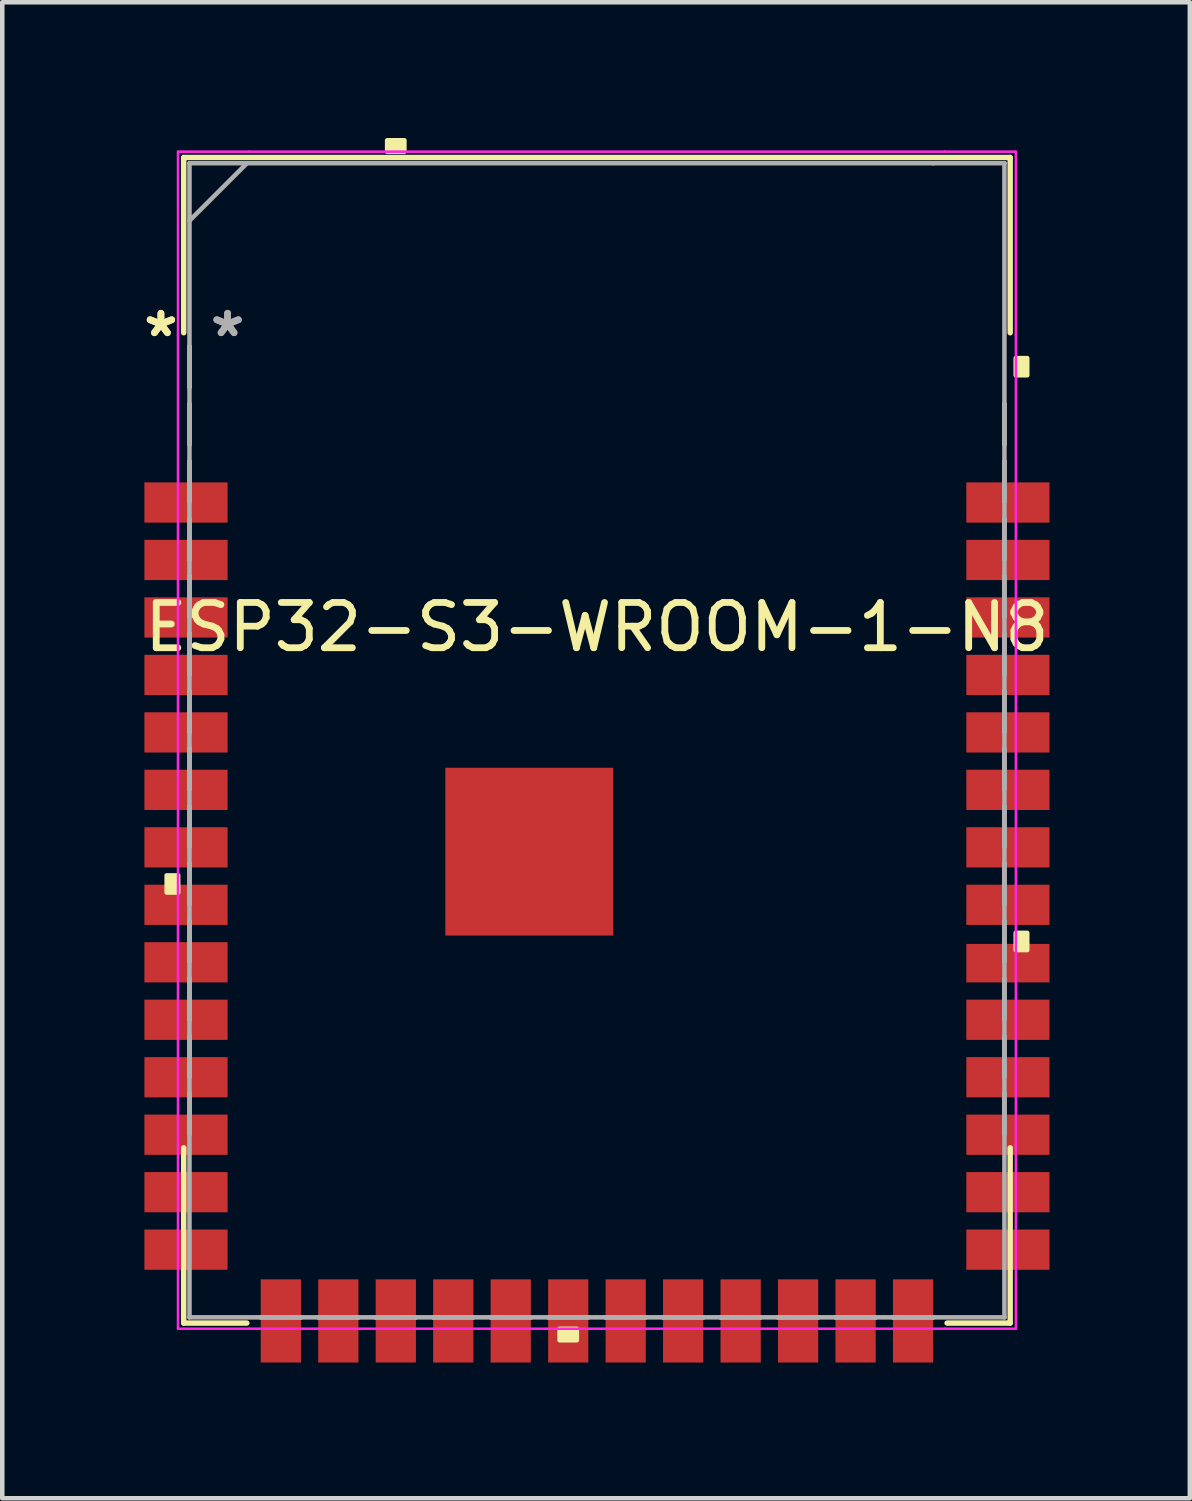
<source format=kicad_pcb>
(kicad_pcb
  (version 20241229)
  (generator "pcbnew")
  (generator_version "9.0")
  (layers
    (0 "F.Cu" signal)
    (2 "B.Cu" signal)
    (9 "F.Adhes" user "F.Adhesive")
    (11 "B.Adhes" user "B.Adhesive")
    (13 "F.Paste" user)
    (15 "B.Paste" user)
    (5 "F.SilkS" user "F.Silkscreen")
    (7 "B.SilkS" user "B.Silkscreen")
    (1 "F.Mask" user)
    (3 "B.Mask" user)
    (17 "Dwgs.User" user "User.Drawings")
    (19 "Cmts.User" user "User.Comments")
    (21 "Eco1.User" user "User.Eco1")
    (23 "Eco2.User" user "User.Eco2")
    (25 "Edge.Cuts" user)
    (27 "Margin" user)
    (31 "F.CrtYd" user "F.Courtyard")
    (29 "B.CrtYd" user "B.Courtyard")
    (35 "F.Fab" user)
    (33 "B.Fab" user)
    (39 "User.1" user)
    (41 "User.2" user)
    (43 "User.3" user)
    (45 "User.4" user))
  (footprint "ESP32-S3-WROOM-1-N8"
    (layer "F.Cu")
    (at 10.141 13.308)
    (property "Reference" "ESP32-S3-WROOM-1-N8" (at 0 -2.5 0) (layer "F.SilkS") (effects (font (size 1 1) (thickness 0.15))))
    (attr through_hole)
    (fp_line (start -9.131 -12.878) (end -9.131 -9.005) (stroke (width 0.12) (type solid)) (layer "F.SilkS"))
    (fp_line (start -9.131 9.005) (end -9.131 12.878) (stroke (width 0.12) (type solid)) (layer "F.SilkS"))
    (fp_line (start -9.131 12.878) (end -7.737 12.878) (stroke (width 0.12) (type solid)) (layer "F.SilkS"))
    (fp_line (start 7.737 12.878) (end 9.131 12.878) (stroke (width 0.12) (type solid)) (layer "F.SilkS"))
    (fp_line (start 9.131 -12.878) (end -9.131 -12.878) (stroke (width 0.12) (type solid)) (layer "F.SilkS"))
    (fp_line (start 9.131 -9.005) (end 9.131 -12.878) (stroke (width 0.12) (type solid)) (layer "F.SilkS"))
    (fp_line (start 9.131 12.878) (end 9.131 9.005) (stroke (width 0.12) (type solid)) (layer "F.SilkS"))
    (fp_poly (pts (xy -9.508 2.985) (xy -9.508 3.365) (xy -9.254 3.365) (xy -9.254 2.985)) (stroke (width 0.1) (type solid)) (fill yes) (layer "F.SilkS"))
    (fp_poly (pts (xy -4.636 -13.004) (xy -4.636 -13.258) (xy -4.255 -13.258) (xy -4.255 -13.004)) (stroke (width 0.1) (type solid)) (fill yes) (layer "F.SilkS"))
    (fp_poly (pts (xy -0.826 13.004) (xy -0.826 13.258) (xy -0.445 13.258) (xy -0.445 13.004)) (stroke (width 0.1) (type solid)) (fill yes) (layer "F.SilkS"))
    (fp_poly (pts (xy 9.508 -8.445) (xy 9.508 -8.065) (xy 9.254 -8.065) (xy 9.254 -8.445)) (stroke (width 0.1) (type solid)) (fill yes) (layer "F.SilkS"))
    (fp_poly (pts (xy 9.508 4.255) (xy 9.508 4.636) (xy 9.254 4.636) (xy 9.254 4.255)) (stroke (width 0.1) (type solid)) (fill yes) (layer "F.SilkS"))
    (fp_line (start -9.258 -13.005) (end -7.684 -13.005) (stroke (width 0.05) (type solid)) (layer "F.CrtYd"))
    (fp_line (start -9.258 -13.005) (end -7.684 -13.005) (stroke (width 0.05) (type solid)) (layer "F.CrtYd"))
    (fp_line (start -9.258 -8.954) (end -9.258 -13.005) (stroke (width 0.05) (type solid)) (layer "F.CrtYd"))
    (fp_line (start -9.258 -8.954) (end -9.258 -13.005) (stroke (width 0.05) (type solid)) (layer "F.CrtYd"))
    (fp_line (start -9.258 -8.954) (end -9.258 -8.954) (stroke (width 0.05) (type solid)) (layer "F.CrtYd"))
    (fp_line (start -9.258 -8.954) (end -9.258 -8.954) (stroke (width 0.05) (type solid)) (layer "F.CrtYd"))
    (fp_line (start -9.258 8.954) (end -9.258 -8.954) (stroke (width 0.05) (type solid)) (layer "F.CrtYd"))
    (fp_line (start -9.258 8.954) (end -9.258 -8.954) (stroke (width 0.05) (type solid)) (layer "F.CrtYd"))
    (fp_line (start -9.258 8.954) (end -9.258 8.954) (stroke (width 0.05) (type solid)) (layer "F.CrtYd"))
    (fp_line (start -9.258 8.954) (end -9.258 8.954) (stroke (width 0.05) (type solid)) (layer "F.CrtYd"))
    (fp_line (start -9.258 13.005) (end -9.258 8.954) (stroke (width 0.05) (type solid)) (layer "F.CrtYd"))
    (fp_line (start -9.258 13.005) (end -9.258 8.954) (stroke (width 0.05) (type solid)) (layer "F.CrtYd"))
    (fp_line (start -7.684 -13.005) (end -7.684 -13.005) (stroke (width 0.05) (type solid)) (layer "F.CrtYd"))
    (fp_line (start -7.684 -13.005) (end -7.684 -13.005) (stroke (width 0.05) (type solid)) (layer "F.CrtYd"))
    (fp_line (start -7.684 -13.005) (end 7.684 -13.005) (stroke (width 0.05) (type solid)) (layer "F.CrtYd"))
    (fp_line (start -7.684 -13.005) (end 7.684 -13.005) (stroke (width 0.05) (type solid)) (layer "F.CrtYd"))
    (fp_line (start -7.684 13.005) (end -9.258 13.005) (stroke (width 0.05) (type solid)) (layer "F.CrtYd"))
    (fp_line (start -7.684 13.005) (end -9.258 13.005) (stroke (width 0.05) (type solid)) (layer "F.CrtYd"))
    (fp_line (start -7.684 13.005) (end -7.684 13.005) (stroke (width 0.05) (type solid)) (layer "F.CrtYd"))
    (fp_line (start -7.684 13.005) (end -7.684 13.005) (stroke (width 0.05) (type solid)) (layer "F.CrtYd"))
    (fp_line (start 7.684 -13.005) (end 7.684 -13.005) (stroke (width 0.05) (type solid)) (layer "F.CrtYd"))
    (fp_line (start 7.684 -13.005) (end 7.684 -13.005) (stroke (width 0.05) (type solid)) (layer "F.CrtYd"))
    (fp_line (start 7.684 -13.005) (end 9.258 -13.005) (stroke (width 0.05) (type solid)) (layer "F.CrtYd"))
    (fp_line (start 7.684 -13.005) (end 9.258 -13.005) (stroke (width 0.05) (type solid)) (layer "F.CrtYd"))
    (fp_line (start 7.684 13.005) (end -7.684 13.005) (stroke (width 0.05) (type solid)) (layer "F.CrtYd"))
    (fp_line (start 7.684 13.005) (end -7.684 13.005) (stroke (width 0.05) (type solid)) (layer "F.CrtYd"))
    (fp_line (start 7.684 13.005) (end 7.684 13.005) (stroke (width 0.05) (type solid)) (layer "F.CrtYd"))
    (fp_line (start 7.684 13.005) (end 7.684 13.005) (stroke (width 0.05) (type solid)) (layer "F.CrtYd"))
    (fp_line (start 9.258 -13.005) (end 9.258 -8.954) (stroke (width 0.05) (type solid)) (layer "F.CrtYd"))
    (fp_line (start 9.258 -13.005) (end 9.258 -8.954) (stroke (width 0.05) (type solid)) (layer "F.CrtYd"))
    (fp_line (start 9.258 -8.954) (end 9.258 -8.954) (stroke (width 0.05) (type solid)) (layer "F.CrtYd"))
    (fp_line (start 9.258 -8.954) (end 9.258 -8.954) (stroke (width 0.05) (type solid)) (layer "F.CrtYd"))
    (fp_line (start 9.258 -8.954) (end 9.258 8.954) (stroke (width 0.05) (type solid)) (layer "F.CrtYd"))
    (fp_line (start 9.258 -8.954) (end 9.258 8.954) (stroke (width 0.05) (type solid)) (layer "F.CrtYd"))
    (fp_line (start 9.258 8.954) (end 9.258 8.954) (stroke (width 0.05) (type solid)) (layer "F.CrtYd"))
    (fp_line (start 9.258 8.954) (end 9.258 8.954) (stroke (width 0.05) (type solid)) (layer "F.CrtYd"))
    (fp_line (start 9.258 8.954) (end 9.258 13.005) (stroke (width 0.05) (type solid)) (layer "F.CrtYd"))
    (fp_line (start 9.258 8.954) (end 9.258 13.005) (stroke (width 0.05) (type solid)) (layer "F.CrtYd"))
    (fp_line (start 9.258 13.005) (end 7.684 13.005) (stroke (width 0.05) (type solid)) (layer "F.CrtYd"))
    (fp_line (start 9.258 13.005) (end 7.684 13.005) (stroke (width 0.05) (type solid)) (layer "F.CrtYd"))
    (fp_line (start -9.004 -12.751) (end -9.004 -12.751) (stroke (width 0.1) (type solid)) (layer "F.Fab"))
    (fp_line (start -9.004 -12.751) (end -9.004 12.751) (stroke (width 0.1) (type solid)) (layer "F.Fab"))
    (fp_line (start -9.004 -11.481) (end -7.734 -12.751) (stroke (width 0.1) (type solid)) (layer "F.Fab"))
    (fp_line (start -9.004 -8.7) (end -9 -8.7) (stroke (width 0.1) (type solid)) (layer "F.Fab"))
    (fp_line (start -9.004 -7.811) (end -9.004 -8.7) (stroke (width 0.1) (type solid)) (layer "F.Fab"))
    (fp_line (start -9.004 -7.429) (end -9 -7.429) (stroke (width 0.1) (type solid)) (layer "F.Fab"))
    (fp_line (start -9.004 -6.54) (end -9.004 -7.429) (stroke (width 0.1) (type solid)) (layer "F.Fab"))
    (fp_line (start -9.004 -6.16) (end -9 -6.16) (stroke (width 0.1) (type solid)) (layer "F.Fab"))
    (fp_line (start -9.004 -5.271) (end -9.004 -6.16) (stroke (width 0.1) (type solid)) (layer "F.Fab"))
    (fp_line (start -9.004 -4.889) (end -9 -4.889) (stroke (width 0.1) (type solid)) (layer "F.Fab"))
    (fp_line (start -9.004 -4) (end -9.004 -4.889) (stroke (width 0.1) (type solid)) (layer "F.Fab"))
    (fp_line (start -9.004 -3.619) (end -9 -3.619) (stroke (width 0.1) (type solid)) (layer "F.Fab"))
    (fp_line (start -9.004 -2.731) (end -9.004 -3.619) (stroke (width 0.1) (type solid)) (layer "F.Fab"))
    (fp_line (start -9.004 -2.349) (end -9 -2.349) (stroke (width 0.1) (type solid)) (layer "F.Fab"))
    (fp_line (start -9.004 -1.46) (end -9.004 -2.349) (stroke (width 0.1) (type solid)) (layer "F.Fab"))
    (fp_line (start -9.004 -1.079) (end -9 -1.079) (stroke (width 0.1) (type solid)) (layer "F.Fab"))
    (fp_line (start -9.004 -0.191) (end -9.004 -1.079) (stroke (width 0.1) (type solid)) (layer "F.Fab"))
    (fp_line (start -9.004 0.191) (end -9 0.191) (stroke (width 0.1) (type solid)) (layer "F.Fab"))
    (fp_line (start -9.004 1.079) (end -9.004 0.191) (stroke (width 0.1) (type solid)) (layer "F.Fab"))
    (fp_line (start -9.004 1.46) (end -9 1.46) (stroke (width 0.1) (type solid)) (layer "F.Fab"))
    (fp_line (start -9.004 2.349) (end -9.004 1.46) (stroke (width 0.1) (type solid)) (layer "F.Fab"))
    (fp_line (start -9.004 2.731) (end -9 2.731) (stroke (width 0.1) (type solid)) (layer "F.Fab"))
    (fp_line (start -9.004 3.619) (end -9.004 2.731) (stroke (width 0.1) (type solid)) (layer "F.Fab"))
    (fp_line (start -9.004 4) (end -9 4) (stroke (width 0.1) (type solid)) (layer "F.Fab"))
    (fp_line (start -9.004 4.889) (end -9.004 4) (stroke (width 0.1) (type solid)) (layer "F.Fab"))
    (fp_line (start -9.004 5.271) (end -9 5.271) (stroke (width 0.1) (type solid)) (layer "F.Fab"))
    (fp_line (start -9.004 6.16) (end -9.004 5.271) (stroke (width 0.1) (type solid)) (layer "F.Fab"))
    (fp_line (start -9.004 6.54) (end -9 6.54) (stroke (width 0.1) (type solid)) (layer "F.Fab"))
    (fp_line (start -9.004 7.429) (end -9.004 6.54) (stroke (width 0.1) (type solid)) (layer "F.Fab"))
    (fp_line (start -9.004 7.811) (end -9 7.811) (stroke (width 0.1) (type solid)) (layer "F.Fab"))
    (fp_line (start -9.004 8.7) (end -9.004 7.811) (stroke (width 0.1) (type solid)) (layer "F.Fab"))
    (fp_line (start -9.004 12.751) (end -9.004 12.751) (stroke (width 0.1) (type solid)) (layer "F.Fab"))
    (fp_line (start -9.004 12.751) (end 9.004 12.751) (stroke (width 0.1) (type solid)) (layer "F.Fab"))
    (fp_line (start -9 -8.7) (end -9 -7.811) (stroke (width 0.1) (type solid)) (layer "F.Fab"))
    (fp_line (start -9 -7.811) (end -9.004 -7.811) (stroke (width 0.1) (type solid)) (layer "F.Fab"))
    (fp_line (start -9 -7.429) (end -9 -6.54) (stroke (width 0.1) (type solid)) (layer "F.Fab"))
    (fp_line (start -9 -6.54) (end -9.004 -6.54) (stroke (width 0.1) (type solid)) (layer "F.Fab"))
    (fp_line (start -9 -6.16) (end -9 -5.271) (stroke (width 0.1) (type solid)) (layer "F.Fab"))
    (fp_line (start -9 -5.271) (end -9.004 -5.271) (stroke (width 0.1) (type solid)) (layer "F.Fab"))
    (fp_line (start -9 -4.889) (end -9 -4) (stroke (width 0.1) (type solid)) (layer "F.Fab"))
    (fp_line (start -9 -4) (end -9.004 -4) (stroke (width 0.1) (type solid)) (layer "F.Fab"))
    (fp_line (start -9 -3.619) (end -9 -2.731) (stroke (width 0.1) (type solid)) (layer "F.Fab"))
    (fp_line (start -9 -2.731) (end -9.004 -2.731) (stroke (width 0.1) (type solid)) (layer "F.Fab"))
    (fp_line (start -9 -2.349) (end -9 -1.46) (stroke (width 0.1) (type solid)) (layer "F.Fab"))
    (fp_line (start -9 -1.46) (end -9.004 -1.46) (stroke (width 0.1) (type solid)) (layer "F.Fab"))
    (fp_line (start -9 -1.079) (end -9 -0.191) (stroke (width 0.1) (type solid)) (layer "F.Fab"))
    (fp_line (start -9 -0.191) (end -9.004 -0.191) (stroke (width 0.1) (type solid)) (layer "F.Fab"))
    (fp_line (start -9 0.191) (end -9 1.079) (stroke (width 0.1) (type solid)) (layer "F.Fab"))
    (fp_line (start -9 1.079) (end -9.004 1.079) (stroke (width 0.1) (type solid)) (layer "F.Fab"))
    (fp_line (start -9 1.46) (end -9 2.349) (stroke (width 0.1) (type solid)) (layer "F.Fab"))
    (fp_line (start -9 2.349) (end -9.004 2.349) (stroke (width 0.1) (type solid)) (layer "F.Fab"))
    (fp_line (start -9 2.731) (end -9 3.619) (stroke (width 0.1) (type solid)) (layer "F.Fab"))
    (fp_line (start -9 3.619) (end -9.004 3.619) (stroke (width 0.1) (type solid)) (layer "F.Fab"))
    (fp_line (start -9 4) (end -9 4.889) (stroke (width 0.1) (type solid)) (layer "F.Fab"))
    (fp_line (start -9 4.889) (end -9.004 4.889) (stroke (width 0.1) (type solid)) (layer "F.Fab"))
    (fp_line (start -9 5.271) (end -9 6.16) (stroke (width 0.1) (type solid)) (layer "F.Fab"))
    (fp_line (start -9 6.16) (end -9.004 6.16) (stroke (width 0.1) (type solid)) (layer "F.Fab"))
    (fp_line (start -9 6.54) (end -9 7.429) (stroke (width 0.1) (type solid)) (layer "F.Fab"))
    (fp_line (start -9 7.429) (end -9.004 7.429) (stroke (width 0.1) (type solid)) (layer "F.Fab"))
    (fp_line (start -9 7.811) (end -9 8.7) (stroke (width 0.1) (type solid)) (layer "F.Fab"))
    (fp_line (start -9 8.7) (end -9.004 8.7) (stroke (width 0.1) (type solid)) (layer "F.Fab"))
    (fp_line (start -7.429 12.75) (end -6.54 12.75) (stroke (width 0.1) (type solid)) (layer "F.Fab"))
    (fp_line (start -7.429 12.751) (end -7.429 12.75) (stroke (width 0.1) (type solid)) (layer "F.Fab"))
    (fp_line (start -6.54 12.75) (end -6.54 12.751) (stroke (width 0.1) (type solid)) (layer "F.Fab"))
    (fp_line (start -6.54 12.751) (end -7.429 12.751) (stroke (width 0.1) (type solid)) (layer "F.Fab"))
    (fp_line (start -6.16 12.75) (end -5.271 12.75) (stroke (width 0.1) (type solid)) (layer "F.Fab"))
    (fp_line (start -6.16 12.751) (end -6.16 12.75) (stroke (width 0.1) (type solid)) (layer "F.Fab"))
    (fp_line (start -5.271 12.75) (end -5.271 12.751) (stroke (width 0.1) (type solid)) (layer "F.Fab"))
    (fp_line (start -5.271 12.751) (end -6.16 12.751) (stroke (width 0.1) (type solid)) (layer "F.Fab"))
    (fp_line (start -4.889 12.75) (end -4 12.75) (stroke (width 0.1) (type solid)) (layer "F.Fab"))
    (fp_line (start -4.889 12.751) (end -4.889 12.75) (stroke (width 0.1) (type solid)) (layer "F.Fab"))
    (fp_line (start -4 12.75) (end -4 12.751) (stroke (width 0.1) (type solid)) (layer "F.Fab"))
    (fp_line (start -4 12.751) (end -4.889 12.751) (stroke (width 0.1) (type solid)) (layer "F.Fab"))
    (fp_line (start -3.619 12.75) (end -2.731 12.75) (stroke (width 0.1) (type solid)) (layer "F.Fab"))
    (fp_line (start -3.619 12.751) (end -3.619 12.75) (stroke (width 0.1) (type solid)) (layer "F.Fab"))
    (fp_line (start -2.731 12.75) (end -2.731 12.751) (stroke (width 0.1) (type solid)) (layer "F.Fab"))
    (fp_line (start -2.731 12.751) (end -3.619 12.751) (stroke (width 0.1) (type solid)) (layer "F.Fab"))
    (fp_line (start -2.349 12.75) (end -1.46 12.75) (stroke (width 0.1) (type solid)) (layer "F.Fab"))
    (fp_line (start -2.349 12.751) (end -2.349 12.75) (stroke (width 0.1) (type solid)) (layer "F.Fab"))
    (fp_line (start -1.46 12.75) (end -1.46 12.751) (stroke (width 0.1) (type solid)) (layer "F.Fab"))
    (fp_line (start -1.46 12.751) (end -2.349 12.751) (stroke (width 0.1) (type solid)) (layer "F.Fab"))
    (fp_line (start -1.079 12.75) (end -0.191 12.75) (stroke (width 0.1) (type solid)) (layer "F.Fab"))
    (fp_line (start -1.079 12.751) (end -1.079 12.75) (stroke (width 0.1) (type solid)) (layer "F.Fab"))
    (fp_line (start -0.191 12.75) (end -0.191 12.751) (stroke (width 0.1) (type solid)) (layer "F.Fab"))
    (fp_line (start -0.191 12.751) (end -1.079 12.751) (stroke (width 0.1) (type solid)) (layer "F.Fab"))
    (fp_line (start 0.191 12.75) (end 1.079 12.75) (stroke (width 0.1) (type solid)) (layer "F.Fab"))
    (fp_line (start 0.191 12.751) (end 0.191 12.75) (stroke (width 0.1) (type solid)) (layer "F.Fab"))
    (fp_line (start 1.079 12.75) (end 1.079 12.751) (stroke (width 0.1) (type solid)) (layer "F.Fab"))
    (fp_line (start 1.079 12.751) (end 0.191 12.751) (stroke (width 0.1) (type solid)) (layer "F.Fab"))
    (fp_line (start 1.46 12.75) (end 2.349 12.75) (stroke (width 0.1) (type solid)) (layer "F.Fab"))
    (fp_line (start 1.46 12.751) (end 1.46 12.75) (stroke (width 0.1) (type solid)) (layer "F.Fab"))
    (fp_line (start 2.349 12.75) (end 2.349 12.751) (stroke (width 0.1) (type solid)) (layer "F.Fab"))
    (fp_line (start 2.349 12.751) (end 1.46 12.751) (stroke (width 0.1) (type solid)) (layer "F.Fab"))
    (fp_line (start 2.731 12.75) (end 3.619 12.75) (stroke (width 0.1) (type solid)) (layer "F.Fab"))
    (fp_line (start 2.731 12.751) (end 2.731 12.75) (stroke (width 0.1) (type solid)) (layer "F.Fab"))
    (fp_line (start 3.619 12.75) (end 3.619 12.751) (stroke (width 0.1) (type solid)) (layer "F.Fab"))
    (fp_line (start 3.619 12.751) (end 2.731 12.751) (stroke (width 0.1) (type solid)) (layer "F.Fab"))
    (fp_line (start 4 12.75) (end 4.889 12.75) (stroke (width 0.1) (type solid)) (layer "F.Fab"))
    (fp_line (start 4 12.751) (end 4 12.75) (stroke (width 0.1) (type solid)) (layer "F.Fab"))
    (fp_line (start 4.889 12.75) (end 4.889 12.751) (stroke (width 0.1) (type solid)) (layer "F.Fab"))
    (fp_line (start 4.889 12.751) (end 4 12.751) (stroke (width 0.1) (type solid)) (layer "F.Fab"))
    (fp_line (start 5.271 12.75) (end 6.16 12.75) (stroke (width 0.1) (type solid)) (layer "F.Fab"))
    (fp_line (start 5.271 12.751) (end 5.271 12.75) (stroke (width 0.1) (type solid)) (layer "F.Fab"))
    (fp_line (start 6.16 12.75) (end 6.16 12.751) (stroke (width 0.1) (type solid)) (layer "F.Fab"))
    (fp_line (start 6.16 12.751) (end 5.271 12.751) (stroke (width 0.1) (type solid)) (layer "F.Fab"))
    (fp_line (start 6.54 12.75) (end 7.429 12.75) (stroke (width 0.1) (type solid)) (layer "F.Fab"))
    (fp_line (start 6.54 12.751) (end 6.54 12.75) (stroke (width 0.1) (type solid)) (layer "F.Fab"))
    (fp_line (start 7.429 -12.751) (end 7.429 -12.75) (stroke (width 0.1) (type solid)) (layer "F.Fab"))
    (fp_line (start 7.429 12.75) (end 7.429 12.751) (stroke (width 0.1) (type solid)) (layer "F.Fab"))
    (fp_line (start 7.429 12.751) (end 6.54 12.751) (stroke (width 0.1) (type solid)) (layer "F.Fab"))
    (fp_line (start 9 -7.429) (end 9.004 -7.429) (stroke (width 0.1) (type solid)) (layer "F.Fab"))
    (fp_line (start 9 -6.54) (end 9 -7.429) (stroke (width 0.1) (type solid)) (layer "F.Fab"))
    (fp_line (start 9 -6.16) (end 9.004 -6.16) (stroke (width 0.1) (type solid)) (layer "F.Fab"))
    (fp_line (start 9 -5.271) (end 9 -6.16) (stroke (width 0.1) (type solid)) (layer "F.Fab"))
    (fp_line (start 9 -4.889) (end 9.004 -4.889) (stroke (width 0.1) (type solid)) (layer "F.Fab"))
    (fp_line (start 9 -4) (end 9 -4.889) (stroke (width 0.1) (type solid)) (layer "F.Fab"))
    (fp_line (start 9 -3.619) (end 9.004 -3.619) (stroke (width 0.1) (type solid)) (layer "F.Fab"))
    (fp_line (start 9 -2.731) (end 9 -3.619) (stroke (width 0.1) (type solid)) (layer "F.Fab"))
    (fp_line (start 9 -2.349) (end 9.004 -2.349) (stroke (width 0.1) (type solid)) (layer "F.Fab"))
    (fp_line (start 9 -1.46) (end 9 -2.349) (stroke (width 0.1) (type solid)) (layer "F.Fab"))
    (fp_line (start 9 -1.079) (end 9.004 -1.079) (stroke (width 0.1) (type solid)) (layer "F.Fab"))
    (fp_line (start 9 -0.191) (end 9 -1.079) (stroke (width 0.1) (type solid)) (layer "F.Fab"))
    (fp_line (start 9 0.191) (end 9.004 0.191) (stroke (width 0.1) (type solid)) (layer "F.Fab"))
    (fp_line (start 9 1.079) (end 9 0.191) (stroke (width 0.1) (type solid)) (layer "F.Fab"))
    (fp_line (start 9 1.46) (end 9.004 1.46) (stroke (width 0.1) (type solid)) (layer "F.Fab"))
    (fp_line (start 9 2.349) (end 9 1.46) (stroke (width 0.1) (type solid)) (layer "F.Fab"))
    (fp_line (start 9 2.731) (end 9.004 2.731) (stroke (width 0.1) (type solid)) (layer "F.Fab"))
    (fp_line (start 9 3.619) (end 9 2.731) (stroke (width 0.1) (type solid)) (layer "F.Fab"))
    (fp_line (start 9 4) (end 9.004 4) (stroke (width 0.1) (type solid)) (layer "F.Fab"))
    (fp_line (start 9 4.889) (end 9 4) (stroke (width 0.1) (type solid)) (layer "F.Fab"))
    (fp_line (start 9 5.271) (end 9.004 5.271) (stroke (width 0.1) (type solid)) (layer "F.Fab"))
    (fp_line (start 9 6.16) (end 9 5.271) (stroke (width 0.1) (type solid)) (layer "F.Fab"))
    (fp_line (start 9 6.54) (end 9.004 6.54) (stroke (width 0.1) (type solid)) (layer "F.Fab"))
    (fp_line (start 9 7.429) (end 9 6.54) (stroke (width 0.1) (type solid)) (layer "F.Fab"))
    (fp_line (start 9 7.811) (end 9.004 7.811) (stroke (width 0.1) (type solid)) (layer "F.Fab"))
    (fp_line (start 9 8.7) (end 9 7.811) (stroke (width 0.1) (type solid)) (layer "F.Fab"))
    (fp_line (start 9.004 -12.751) (end -9.004 -12.751) (stroke (width 0.1) (type solid)) (layer "F.Fab"))
    (fp_line (start 9.004 -12.751) (end 9.004 -12.751) (stroke (width 0.1) (type solid)) (layer "F.Fab"))
    (fp_line (start 9.004 -7.429) (end 9.004 -6.54) (stroke (width 0.1) (type solid)) (layer "F.Fab"))
    (fp_line (start 9.004 -6.54) (end 9 -6.54) (stroke (width 0.1) (type solid)) (layer "F.Fab"))
    (fp_line (start 9.004 -6.16) (end 9.004 -5.271) (stroke (width 0.1) (type solid)) (layer "F.Fab"))
    (fp_line (start 9.004 -5.271) (end 9 -5.271) (stroke (width 0.1) (type solid)) (layer "F.Fab"))
    (fp_line (start 9.004 -4.889) (end 9.004 -4) (stroke (width 0.1) (type solid)) (layer "F.Fab"))
    (fp_line (start 9.004 -4) (end 9 -4) (stroke (width 0.1) (type solid)) (layer "F.Fab"))
    (fp_line (start 9.004 -3.619) (end 9.004 -2.731) (stroke (width 0.1) (type solid)) (layer "F.Fab"))
    (fp_line (start 9.004 -2.731) (end 9 -2.731) (stroke (width 0.1) (type solid)) (layer "F.Fab"))
    (fp_line (start 9.004 -2.349) (end 9.004 -1.46) (stroke (width 0.1) (type solid)) (layer "F.Fab"))
    (fp_line (start 9.004 -1.46) (end 9 -1.46) (stroke (width 0.1) (type solid)) (layer "F.Fab"))
    (fp_line (start 9.004 -1.079) (end 9.004 -0.191) (stroke (width 0.1) (type solid)) (layer "F.Fab"))
    (fp_line (start 9.004 -0.191) (end 9 -0.191) (stroke (width 0.1) (type solid)) (layer "F.Fab"))
    (fp_line (start 9.004 0.191) (end 9.004 1.079) (stroke (width 0.1) (type solid)) (layer "F.Fab"))
    (fp_line (start 9.004 1.079) (end 9 1.079) (stroke (width 0.1) (type solid)) (layer "F.Fab"))
    (fp_line (start 9.004 1.46) (end 9.004 2.349) (stroke (width 0.1) (type solid)) (layer "F.Fab"))
    (fp_line (start 9.004 2.349) (end 9 2.349) (stroke (width 0.1) (type solid)) (layer "F.Fab"))
    (fp_line (start 9.004 2.731) (end 9.004 3.619) (stroke (width 0.1) (type solid)) (layer "F.Fab"))
    (fp_line (start 9.004 3.619) (end 9 3.619) (stroke (width 0.1) (type solid)) (layer "F.Fab"))
    (fp_line (start 9.004 4) (end 9.004 4.889) (stroke (width 0.1) (type solid)) (layer "F.Fab"))
    (fp_line (start 9.004 4.889) (end 9 4.889) (stroke (width 0.1) (type solid)) (layer "F.Fab"))
    (fp_line (start 9.004 5.271) (end 9.004 6.16) (stroke (width 0.1) (type solid)) (layer "F.Fab"))
    (fp_line (start 9.004 6.16) (end 9 6.16) (stroke (width 0.1) (type solid)) (layer "F.Fab"))
    (fp_line (start 9.004 6.54) (end 9.004 7.429) (stroke (width 0.1) (type solid)) (layer "F.Fab"))
    (fp_line (start 9.004 7.429) (end 9 7.429) (stroke (width 0.1) (type solid)) (layer "F.Fab"))
    (fp_line (start 9.004 7.811) (end 9.004 8.7) (stroke (width 0.1) (type solid)) (layer "F.Fab"))
    (fp_line (start 9.004 8.7) (end 9 8.7) (stroke (width 0.1) (type solid)) (layer "F.Fab"))
    (fp_line (start 9.004 12.751) (end 9.004 -12.751) (stroke (width 0.1) (type solid)) (layer "F.Fab"))
    (fp_line (start 9.004 12.751) (end 9.004 12.751) (stroke (width 0.1) (type solid)) (layer "F.Fab"))
    (fp_text user "*" (at -9.635 -8.89 0) (layer "F.SilkS") (effects (font (size 1 1) (thickness 0.15))))
    (fp_text user "*" (at -9.635 -8.89 0) (layer "F.SilkS") (effects (font (size 1 1) (thickness 0.15))))
    (fp_text user "*" (at -8.162 -8.89 0) (layer "F.Fab") (effects (font (size 1 1) (thickness 0.15))))
    (fp_text user "*" (at -8.162 -8.89 0) (layer "F.Fab") (effects (font (size 1 1) (thickness 0.15))))
    (pad "1" smd rect (at -9.081 -5.254 90) (size 0.889 1.838) (layers "F.Cu" "F.Mask" "F.Paste"))
    (pad "2" smd rect (at -9.081 -3.984 90) (size 0.889 1.838) (layers "F.Cu" "F.Mask" "F.Paste"))
    (pad "3" smd rect (at -9.081 -2.714 90) (size 0.889 1.838) (layers "F.Cu" "F.Mask" "F.Paste"))
    (pad "4" smd rect (at -9.081 -1.444 90) (size 0.888 1.838) (layers "F.Cu" "F.Mask" "F.Paste"))
    (pad "5" smd rect (at -9.081 -0.174 90) (size 0.889 1.838) (layers "F.Cu" "F.Mask" "F.Paste"))
    (pad "6" smd rect (at -9.081 1.096 90) (size 0.889 1.838) (layers "F.Cu" "F.Mask" "F.Paste"))
    (pad "7" smd rect (at -9.081 2.366 90) (size 0.889 1.838) (layers "F.Cu" "F.Mask" "F.Paste"))
    (pad "8" smd rect (at -9.081 3.636 90) (size 0.889 1.838) (layers "F.Cu" "F.Mask" "F.Paste"))
    (pad "9" smd rect (at -9.081 4.906 90) (size 0.889 1.838) (layers "F.Cu" "F.Mask" "F.Paste"))
    (pad "10" smd rect (at -9.081 6.176 90) (size 0.889 1.838) (layers "F.Cu" "F.Mask" "F.Paste"))
    (pad "11" smd rect (at -9.081 7.446 90) (size 0.889 1.838) (layers "F.Cu" "F.Mask" "F.Paste"))
    (pad "12" smd rect (at -9.081 8.716 90) (size 0.889 1.838) (layers "F.Cu" "F.Mask" "F.Paste"))
    (pad "13" smd rect (at -9.081 9.986 90) (size 0.889 1.838) (layers "F.Cu" "F.Mask" "F.Paste"))
    (pad "14" smd rect (at -9.081 11.256 90) (size 0.889 1.838) (layers "F.Cu" "F.Mask" "F.Paste"))
    (pad "15" smd rect (at -6.985 12.831) (size 0.889 1.838) (layers "F.Cu" "F.Mask" "F.Paste"))
    (pad "16" smd rect (at -5.715 12.831) (size 0.889 1.838) (layers "F.Cu" "F.Mask" "F.Paste"))
    (pad "17" smd rect (at -4.445 12.831) (size 0.889 1.838) (layers "F.Cu" "F.Mask" "F.Paste"))
    (pad "18" smd rect (at -3.175 12.831) (size 0.889 1.838) (layers "F.Cu" "F.Mask" "F.Paste"))
    (pad "19" smd rect (at -1.905 12.831) (size 0.889 1.838) (layers "F.Cu" "F.Mask" "F.Paste"))
    (pad "20" smd rect (at -0.635 12.831) (size 0.889 1.838) (layers "F.Cu" "F.Mask" "F.Paste"))
    (pad "21" smd rect (at 0.635 12.831) (size 0.889 1.838) (layers "F.Cu" "F.Mask" "F.Paste"))
    (pad "22" smd rect (at 1.905 12.831) (size 0.889 1.838) (layers "F.Cu" "F.Mask" "F.Paste"))
    (pad "23" smd rect (at 3.175 12.831) (size 0.889 1.838) (layers "F.Cu" "F.Mask" "F.Paste"))
    (pad "24" smd rect (at 4.445 12.831) (size 0.889 1.838) (layers "F.Cu" "F.Mask" "F.Paste"))
    (pad "25" smd rect (at 5.715 12.831) (size 0.889 1.838) (layers "F.Cu" "F.Mask" "F.Paste"))
    (pad "26" smd rect (at 6.985 12.831) (size 0.889 1.838) (layers "F.Cu" "F.Mask" "F.Paste"))
    (pad "27" smd rect (at 9.081 11.256 90) (size 0.889 1.838) (layers "F.Cu" "F.Mask" "F.Paste"))
    (pad "28" smd rect (at 9.081 9.986 90) (size 0.889 1.838) (layers "F.Cu" "F.Mask" "F.Paste"))
    (pad "29" smd rect (at 9.081 8.716 90) (size 0.889 1.838) (layers "F.Cu" "F.Mask" "F.Paste"))
    (pad "30" smd rect (at 9.081 7.446 90) (size 0.889 1.838) (layers "F.Cu" "F.Mask" "F.Paste"))
    (pad "31" smd rect (at 9.081 6.176 90) (size 0.889 1.838) (layers "F.Cu" "F.Mask" "F.Paste"))
    (pad "32" smd rect (at 9.081 4.925 90) (size 0.851 1.838) (layers "F.Cu" "F.Mask" "F.Paste"))
    (pad "33" smd rect (at 9.081 3.636 90) (size 0.889 1.838) (layers "F.Cu" "F.Mask" "F.Paste"))
    (pad "34" smd rect (at 9.081 2.366 90) (size 0.889 1.838) (layers "F.Cu" "F.Mask" "F.Paste"))
    (pad "35" smd rect (at 9.081 1.096 90) (size 0.889 1.838) (layers "F.Cu" "F.Mask" "F.Paste"))
    (pad "36" smd rect (at 9.081 -0.174 90) (size 0.889 1.838) (layers "F.Cu" "F.Mask" "F.Paste"))
    (pad "37" smd rect (at 9.081 -1.444 90) (size 0.889 1.838) (layers "F.Cu" "F.Mask" "F.Paste"))
    (pad "38" smd rect (at 9.081 -2.714 90) (size 0.889 1.838) (layers "F.Cu" "F.Mask" "F.Paste"))
    (pad "39" smd rect (at 9.081 -3.984 90) (size 0.889 1.838) (layers "F.Cu" "F.Mask" "F.Paste"))
    (pad "40" smd rect (at 9.081 -5.254 90) (size 0.889 1.838) (layers "F.Cu" "F.Mask" "F.Paste"))
    (pad "41" smd rect (at -1.496 2.461) (size 3.708 3.708) (layers "F.Cu" "F.Mask")))
  (gr_rect
    (start -3 -3)
    (end 23.242 30.058)
    (stroke (width 0.1) (type default))
    (fill no)
    (layer "Edge.Cuts")))
</source>
